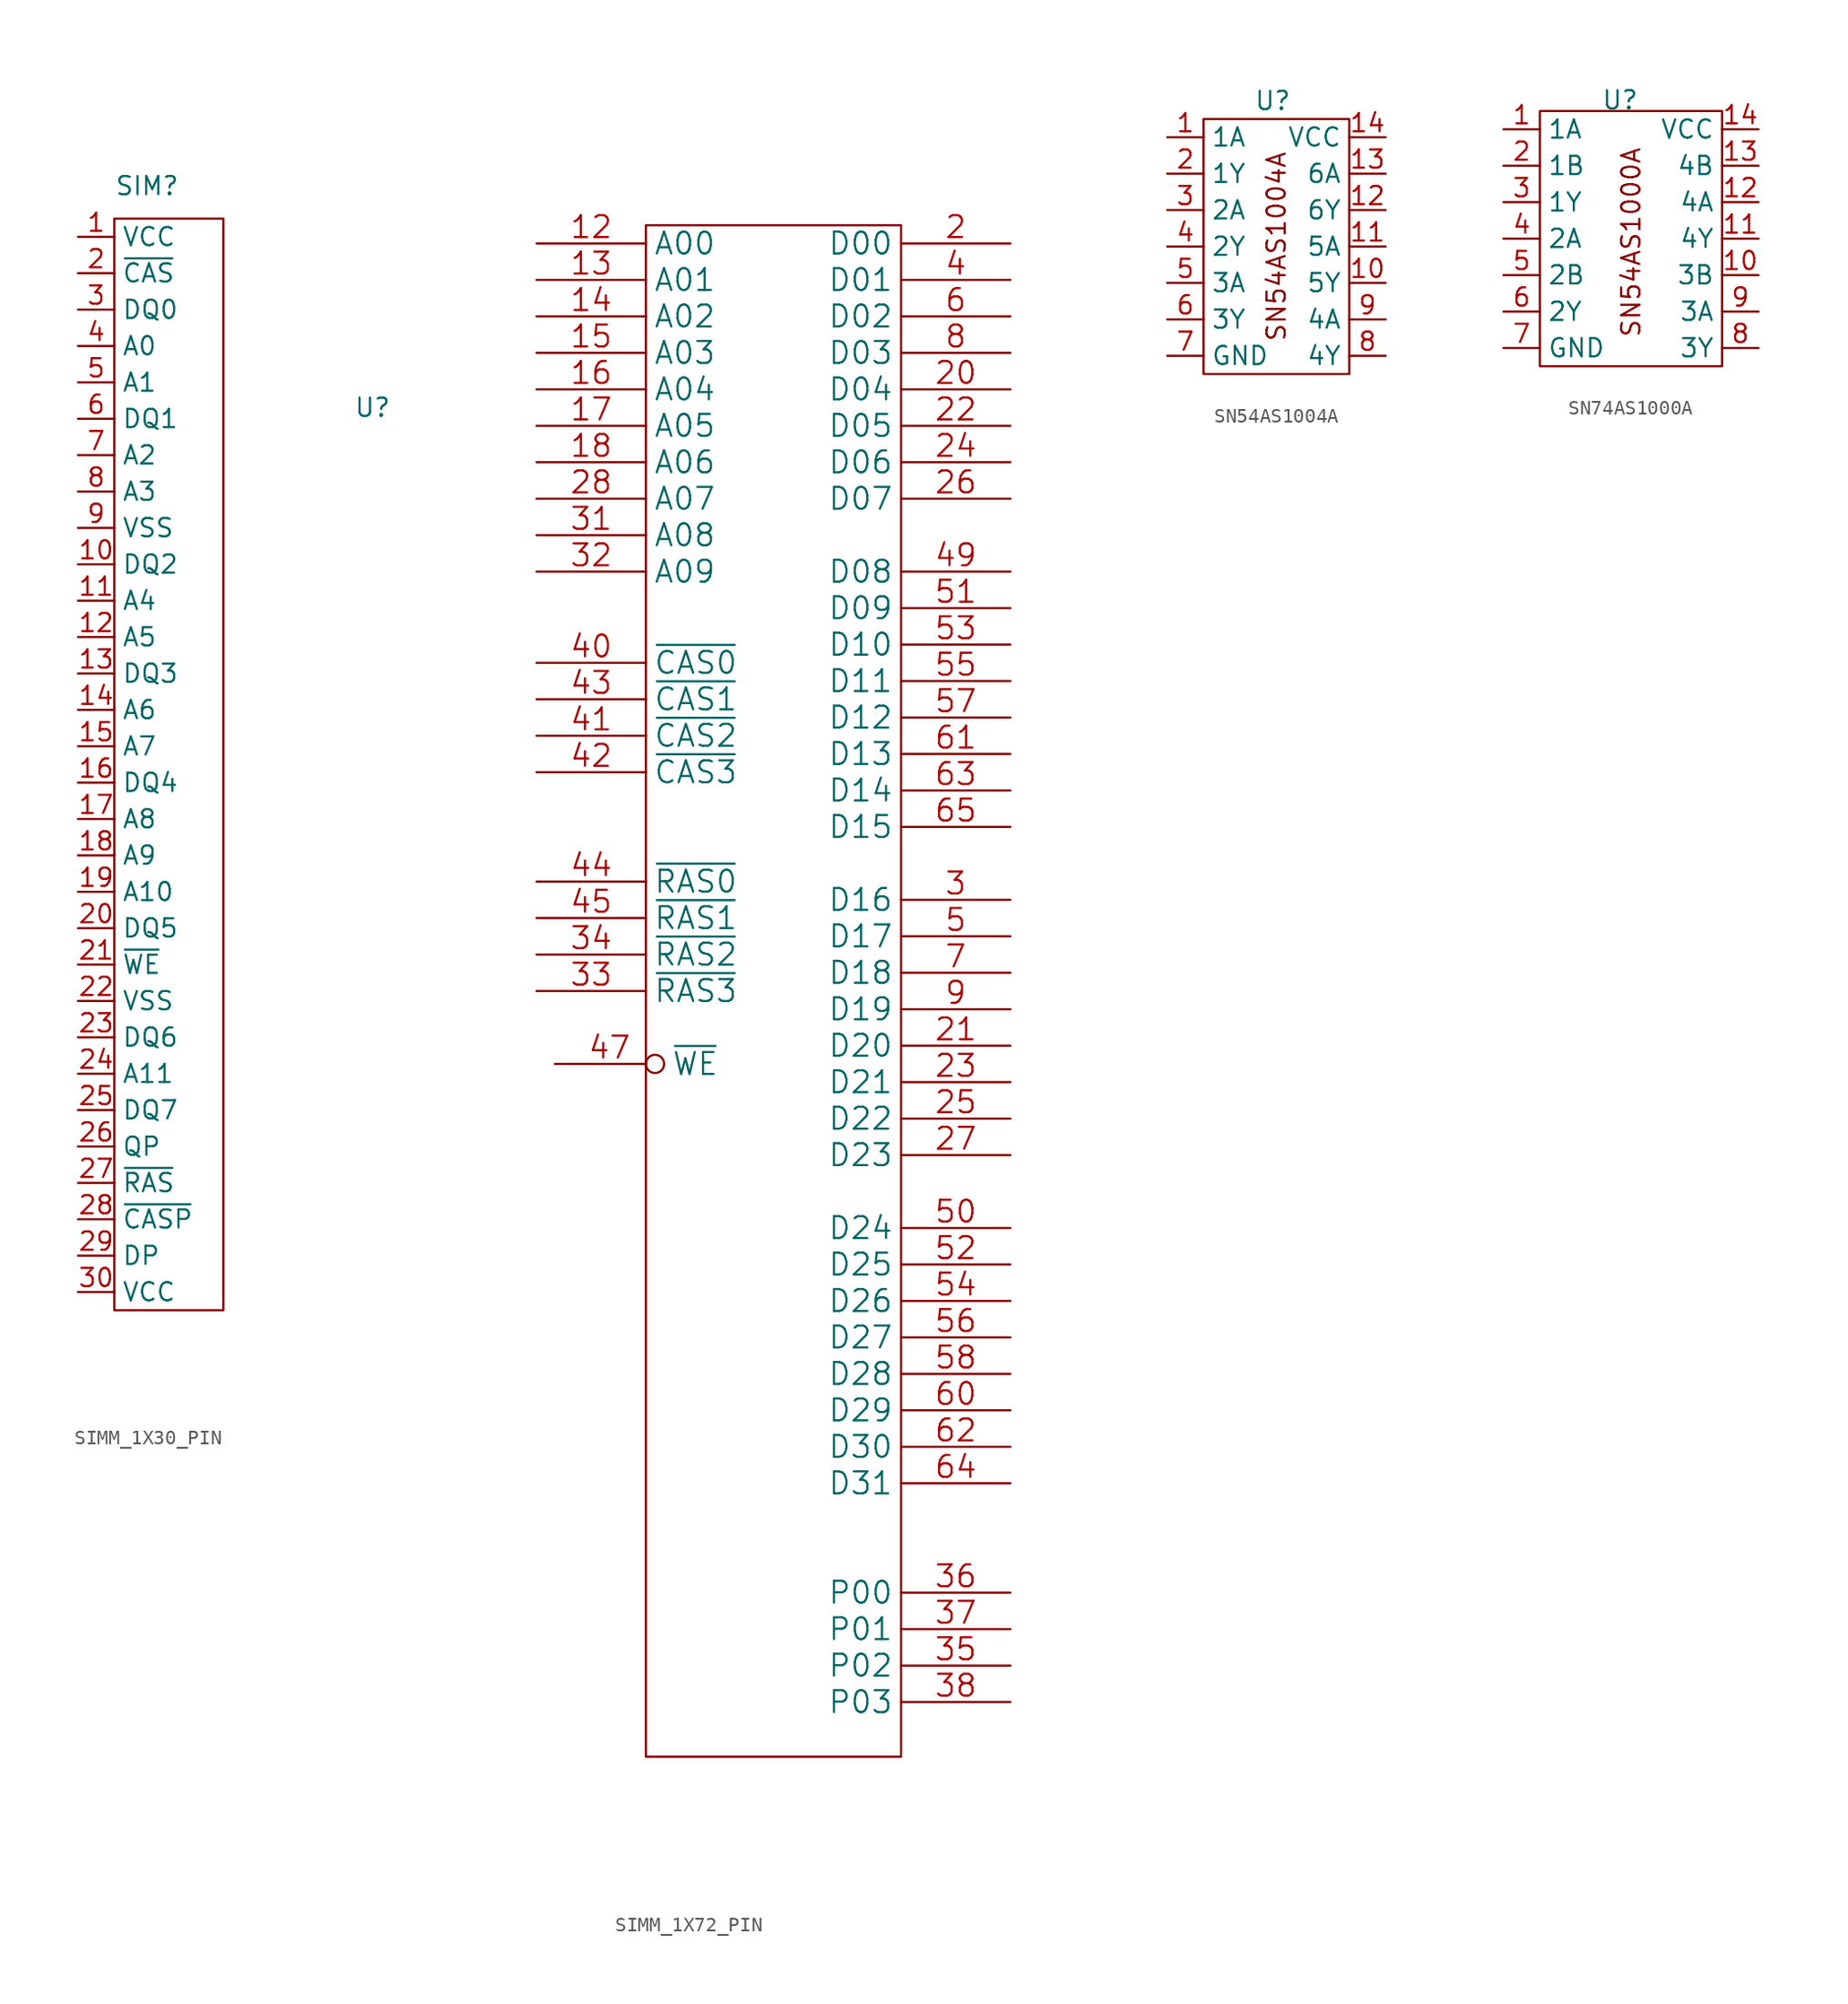
<source format=kicad_sym>
(kicad_symbol_lib
  (version 20231120)
  (generator "kicad_symbol_editor")
  (generator_version "8.0")
  (symbol "SIMM_1X30_PIN"
    (property "Reference" "SIM"
      (at 4.826 3.556 0)
      (effects (font (size 1.27 1.27))))
    (property "Value" ""
      (at 0 0 0)
      (effects (font (size 1.27 1.27))))
    (symbol "SIMM_1X30_PIN_0_0"
      (pin power_in line (at 0 0 0) (length 2.54) (name "VCC" (effects (font (size 1.27 1.27)))) (number "1" (effects (font (size 1.27 1.27)))))
      (pin input line (at 0 -25.4 0) (length 2.54) (name "A4" (effects (font (size 1.27 1.27)))) (number "11" (effects (font (size 1.27 1.27)))))
      (pin input line (at 0 -27.94 0) (length 2.54) (name "A5" (effects (font (size 1.27 1.27)))) (number "12" (effects (font (size 1.27 1.27)))))
      (pin input line (at 0 -33.02 0) (length 2.54) (name "A6" (effects (font (size 1.27 1.27)))) (number "14" (effects (font (size 1.27 1.27)))))
      (pin input line (at 0 -35.56 0) (length 2.54) (name "A7" (effects (font (size 1.27 1.27)))) (number "15" (effects (font (size 1.27 1.27)))))
      (pin input line (at 0 -40.64 0) (length 2.54) (name "A8" (effects (font (size 1.27 1.27)))) (number "17" (effects (font (size 1.27 1.27)))))
      (pin input line (at 0 -43.18 0) (length 2.54) (name "A9" (effects (font (size 1.27 1.27)))) (number "18" (effects (font (size 1.27 1.27)))))
      (pin input line (at 0 -45.72 0) (length 2.54) (name "A10" (effects (font (size 1.27 1.27)))) (number "19" (effects (font (size 1.27 1.27)))))
      (pin input line (at 0 -2.54 0) (length 2.54) (name "~{CAS}" (effects (font (size 1.27 1.27)))) (number "2" (effects (font (size 1.27 1.27)))))
      (pin input line (at 0 -50.8 0) (length 2.54) (name "~{WE}" (effects (font (size 1.27 1.27)))) (number "21" (effects (font (size 1.27 1.27)))))
      (pin input line (at 0 -58.42 0) (length 2.54) (name "A11" (effects (font (size 1.27 1.27)))) (number "24" (effects (font (size 1.27 1.27)))))
      (pin input line (at 0 -66.04 0) (length 2.54) (name "~{RAS}" (effects (font (size 1.27 1.27)))) (number "27" (effects (font (size 1.27 1.27)))))
      (pin input line (at 0 -68.58 0) (length 2.54) (name "~{CASP}" (effects (font (size 1.27 1.27)))) (number "28" (effects (font (size 1.27 1.27)))))
      (pin input line (at 0 -71.12 0) (length 2.54) (name "DP" (effects (font (size 1.27 1.27)))) (number "29" (effects (font (size 1.27 1.27)))))
      (pin bidirectional line (at 0 -5.08 0) (length 2.54) (name "DQ0" (effects (font (size 1.27 1.27)))) (number "3" (effects (font (size 1.27 1.27)))))
      (pin power_in line (at 0 -73.66 0) (length 2.54) (name "VCC" (effects (font (size 1.27 1.27)))) (number "30" (effects (font (size 1.27 1.27)))))
      (pin input line (at 0 -7.62 0) (length 2.54) (name "A0" (effects (font (size 1.27 1.27)))) (number "4" (effects (font (size 1.27 1.27)))))
      (pin input line (at 0 -10.16 0) (length 2.54) (name "A1" (effects (font (size 1.27 1.27)))) (number "5" (effects (font (size 1.27 1.27)))))
      (pin input line (at 0 -15.24 0) (length 2.54) (name "A2" (effects (font (size 1.27 1.27)))) (number "7" (effects (font (size 1.27 1.27)))))
      (pin input line (at 0 -17.78 0) (length 2.54) (name "A3" (effects (font (size 1.27 1.27)))) (number "8" (effects (font (size 1.27 1.27)))))
      (pin input line (at 0 -20.32 0) (length 2.54) (name "VSS" (effects (font (size 1.27 1.27)))) (number "9" (effects (font (size 1.27 1.27))))))
    (symbol "SIMM_1X30_PIN_0_1"
      (rectangle (start 2.54 1.27) (end 10.16 -74.93) (stroke (width 0) (type default)) (fill (type none))))
    (symbol "SIMM_1X30_PIN_1_0"
      (pin bidirectional line (at 0 -22.86 0) (length 2.54) (name "DQ2" (effects (font (size 1.27 1.27)))) (number "10" (effects (font (size 1.27 1.27)))))
      (pin bidirectional line (at 0 -30.48 0) (length 2.54) (name "DQ3" (effects (font (size 1.27 1.27)))) (number "13" (effects (font (size 1.27 1.27)))))
      (pin bidirectional line (at 0 -38.1 0) (length 2.54) (name "DQ4" (effects (font (size 1.27 1.27)))) (number "16" (effects (font (size 1.27 1.27)))))
      (pin bidirectional line (at 0 -48.26 0) (length 2.54) (name "DQ5" (effects (font (size 1.27 1.27)))) (number "20" (effects (font (size 1.27 1.27)))))
      (pin power_in line (at 0 -53.34 0) (length 2.54) (name "VSS" (effects (font (size 1.27 1.27)))) (number "22" (effects (font (size 1.27 1.27)))))
      (pin bidirectional line (at 0 -55.88 0) (length 2.54) (name "DQ6" (effects (font (size 1.27 1.27)))) (number "23" (effects (font (size 1.27 1.27)))))
      (pin bidirectional line (at 0 -60.96 0) (length 2.54) (name "DQ7" (effects (font (size 1.27 1.27)))) (number "25" (effects (font (size 1.27 1.27)))))
      (pin output line (at 0 -63.5 0) (length 2.54) (name "QP" (effects (font (size 1.27 1.27)))) (number "26" (effects (font (size 1.27 1.27)))))
      (pin bidirectional line (at 0 -12.7 0) (length 2.54) (name "DQ1" (effects (font (size 1.27 1.27)))) (number "6" (effects (font (size 1.27 1.27)))))))
  (symbol "SIMM_1X72_PIN"
    (property "Reference" "U"
      (at 0 0 0)
      (effects (font (size 1.27 1.27))))
    (property "Value" ""
      (at 0 0 0)
      (effects (font (size 1.27 1.27))))
    (symbol "SIMM_1X72_PIN_0_1"
      (rectangle (start 19.05 12.7) (end 36.83 -93.98) (stroke (width 0) (type solid)) (fill (type none))))
    (symbol "SIMM_1X72_PIN_1_0"
      (pin power_in line (at 19.05 -90.17 180) (length 0) hide (name "GND" (effects (font (size 1.524 1.524)))) (number "1" (effects (font (size 1.524 1.524)))))
      (pin power_in line (at 19.05 -67.31 180) (length 0) hide (name "VCC" (effects (font (size 1.524 1.524)))) (number "10" (effects (font (size 1.524 1.524)))))
      (pin power_in line (at 19.05 -71.12 180) (length 0) hide (name "VCC" (effects (font (size 1.524 1.524)))) (number "30" (effects (font (size 1.524 1.524)))))
      (pin power_in line (at 19.05 -86.36 180) (length 0) hide (name "GND" (effects (font (size 1.524 1.524)))) (number "39" (effects (font (size 1.524 1.524)))))
      (pin power_in line (at 19.05 -74.93 180) (length 0) hide (name "VCC" (effects (font (size 1.524 1.524)))) (number "59" (effects (font (size 1.524 1.524)))))
      (pin power_in line (at 19.05 -82.55 180) (length 0) hide (name "GND" (effects (font (size 1.524 1.524)))) (number "72" (effects (font (size 1.524 1.524))))))
    (symbol "SIMM_1X72_PIN_1_1"
      (pin input line (at 11.43 11.43 0) (length 7.62) (name "A00" (effects (font (size 1.524 1.524)))) (number "12" (effects (font (size 1.524 1.524)))))
      (pin input line (at 11.43 8.89 0) (length 7.62) (name "A01" (effects (font (size 1.524 1.524)))) (number "13" (effects (font (size 1.524 1.524)))))
      (pin input line (at 11.43 6.35 0) (length 7.62) (name "A02" (effects (font (size 1.524 1.524)))) (number "14" (effects (font (size 1.524 1.524)))))
      (pin input line (at 11.43 3.81 0) (length 7.62) (name "A03" (effects (font (size 1.524 1.524)))) (number "15" (effects (font (size 1.524 1.524)))))
      (pin input line (at 11.43 1.27 0) (length 7.62) (name "A04" (effects (font (size 1.524 1.524)))) (number "16" (effects (font (size 1.524 1.524)))))
      (pin input line (at 11.43 -1.27 0) (length 7.62) (name "A05" (effects (font (size 1.524 1.524)))) (number "17" (effects (font (size 1.524 1.524)))))
      (pin input line (at 11.43 -3.81 0) (length 7.62) (name "A06" (effects (font (size 1.524 1.524)))) (number "18" (effects (font (size 1.524 1.524)))))
      (pin bidirectional line (at 44.45 11.43 180) (length 7.62) (name "D00" (effects (font (size 1.524 1.524)))) (number "2" (effects (font (size 1.524 1.524)))))
      (pin bidirectional line (at 44.45 1.27 180) (length 7.62) (name "D04" (effects (font (size 1.524 1.524)))) (number "20" (effects (font (size 1.524 1.524)))))
      (pin bidirectional line (at 44.45 -44.45 180) (length 7.62) (name "D20" (effects (font (size 1.524 1.524)))) (number "21" (effects (font (size 1.524 1.524)))))
      (pin bidirectional line (at 44.45 -1.27 180) (length 7.62) (name "D05" (effects (font (size 1.524 1.524)))) (number "22" (effects (font (size 1.524 1.524)))))
      (pin bidirectional line (at 44.45 -46.99 180) (length 7.62) (name "D21" (effects (font (size 1.524 1.524)))) (number "23" (effects (font (size 1.524 1.524)))))
      (pin bidirectional line (at 44.45 -3.81 180) (length 7.62) (name "D06" (effects (font (size 1.524 1.524)))) (number "24" (effects (font (size 1.524 1.524)))))
      (pin bidirectional line (at 44.45 -49.53 180) (length 7.62) (name "D22" (effects (font (size 1.524 1.524)))) (number "25" (effects (font (size 1.524 1.524)))))
      (pin bidirectional line (at 44.45 -6.35 180) (length 7.62) (name "D07" (effects (font (size 1.524 1.524)))) (number "26" (effects (font (size 1.524 1.524)))))
      (pin bidirectional line (at 44.45 -52.07 180) (length 7.62) (name "D23" (effects (font (size 1.524 1.524)))) (number "27" (effects (font (size 1.524 1.524)))))
      (pin input line (at 11.43 -6.35 0) (length 7.62) (name "A07" (effects (font (size 1.524 1.524)))) (number "28" (effects (font (size 1.524 1.524)))))
      (pin bidirectional line (at 44.45 -34.29 180) (length 7.62) (name "D16" (effects (font (size 1.524 1.524)))) (number "3" (effects (font (size 1.524 1.524)))))
      (pin input line (at 11.43 -8.89 0) (length 7.62) (name "A08" (effects (font (size 1.524 1.524)))) (number "31" (effects (font (size 1.524 1.524)))))
      (pin input line (at 11.43 -11.43 0) (length 7.62) (name "A09" (effects (font (size 1.524 1.524)))) (number "32" (effects (font (size 1.524 1.524)))))
      (pin input line (at 11.43 -40.64 0) (length 7.62) (name "~{RAS3}" (effects (font (size 1.524 1.524)))) (number "33" (effects (font (size 1.524 1.524)))))
      (pin input line (at 11.43 -38.1 0) (length 7.62) (name "~{RAS2}" (effects (font (size 1.524 1.524)))) (number "34" (effects (font (size 1.524 1.524)))))
      (pin bidirectional line (at 44.45 -87.63 180) (length 7.62) (name "P02" (effects (font (size 1.524 1.524)))) (number "35" (effects (font (size 1.524 1.524)))))
      (pin bidirectional line (at 44.45 -82.55 180) (length 7.62) (name "P00" (effects (font (size 1.524 1.524)))) (number "36" (effects (font (size 1.524 1.524)))))
      (pin bidirectional line (at 44.45 -85.09 180) (length 7.62) (name "P01" (effects (font (size 1.524 1.524)))) (number "37" (effects (font (size 1.524 1.524)))))
      (pin bidirectional line (at 44.45 -90.17 180) (length 7.62) (name "P03" (effects (font (size 1.524 1.524)))) (number "38" (effects (font (size 1.524 1.524)))))
      (pin bidirectional line (at 44.45 8.89 180) (length 7.62) (name "D01" (effects (font (size 1.524 1.524)))) (number "4" (effects (font (size 1.524 1.524)))))
      (pin input line (at 11.43 -17.78 0) (length 7.62) (name "~{CAS0}" (effects (font (size 1.524 1.524)))) (number "40" (effects (font (size 1.524 1.524)))))
      (pin input line (at 11.43 -22.86 0) (length 7.62) (name "~{CAS2}" (effects (font (size 1.524 1.524)))) (number "41" (effects (font (size 1.524 1.524)))))
      (pin input line (at 11.43 -25.4 0) (length 7.62) (name "~{CAS3}" (effects (font (size 1.524 1.524)))) (number "42" (effects (font (size 1.524 1.524)))))
      (pin input line (at 11.43 -20.32 0) (length 7.62) (name "~{CAS1}" (effects (font (size 1.524 1.524)))) (number "43" (effects (font (size 1.524 1.524)))))
      (pin input line (at 11.43 -33.02 0) (length 7.62) (name "~{RAS0}" (effects (font (size 1.524 1.524)))) (number "44" (effects (font (size 1.524 1.524)))))
      (pin input line (at 11.43 -35.56 0) (length 7.62) (name "~{RAS1}" (effects (font (size 1.524 1.524)))) (number "45" (effects (font (size 1.524 1.524)))))
      (pin input inverted (at 12.7 -45.72 0) (length 7.62) (name "~{WE}" (effects (font (size 1.524 1.524)))) (number "47" (effects (font (size 1.524 1.524)))))
      (pin bidirectional line (at 44.45 -11.43 180) (length 7.62) (name "D08" (effects (font (size 1.524 1.524)))) (number "49" (effects (font (size 1.524 1.524)))))
      (pin bidirectional line (at 44.45 -36.83 180) (length 7.62) (name "D17" (effects (font (size 1.524 1.524)))) (number "5" (effects (font (size 1.524 1.524)))))
      (pin bidirectional line (at 44.45 -57.15 180) (length 7.62) (name "D24" (effects (font (size 1.524 1.524)))) (number "50" (effects (font (size 1.524 1.524)))))
      (pin bidirectional line (at 44.45 -13.97 180) (length 7.62) (name "D09" (effects (font (size 1.524 1.524)))) (number "51" (effects (font (size 1.524 1.524)))))
      (pin bidirectional line (at 44.45 -59.69 180) (length 7.62) (name "D25" (effects (font (size 1.524 1.524)))) (number "52" (effects (font (size 1.524 1.524)))))
      (pin bidirectional line (at 44.45 -16.51 180) (length 7.62) (name "D10" (effects (font (size 1.524 1.524)))) (number "53" (effects (font (size 1.524 1.524)))))
      (pin bidirectional line (at 44.45 -62.23 180) (length 7.62) (name "D26" (effects (font (size 1.524 1.524)))) (number "54" (effects (font (size 1.524 1.524)))))
      (pin bidirectional line (at 44.45 -19.05 180) (length 7.62) (name "D11" (effects (font (size 1.524 1.524)))) (number "55" (effects (font (size 1.524 1.524)))))
      (pin bidirectional line (at 44.45 -64.77 180) (length 7.62) (name "D27" (effects (font (size 1.524 1.524)))) (number "56" (effects (font (size 1.524 1.524)))))
      (pin bidirectional line (at 44.45 -21.59 180) (length 7.62) (name "D12" (effects (font (size 1.524 1.524)))) (number "57" (effects (font (size 1.524 1.524)))))
      (pin bidirectional line (at 44.45 -67.31 180) (length 7.62) (name "D28" (effects (font (size 1.524 1.524)))) (number "58" (effects (font (size 1.524 1.524)))))
      (pin bidirectional line (at 44.45 6.35 180) (length 7.62) (name "D02" (effects (font (size 1.524 1.524)))) (number "6" (effects (font (size 1.524 1.524)))))
      (pin bidirectional line (at 44.45 -69.85 180) (length 7.62) (name "D29" (effects (font (size 1.524 1.524)))) (number "60" (effects (font (size 1.524 1.524)))))
      (pin bidirectional line (at 44.45 -24.13 180) (length 7.62) (name "D13" (effects (font (size 1.524 1.524)))) (number "61" (effects (font (size 1.524 1.524)))))
      (pin bidirectional line (at 44.45 -72.39 180) (length 7.62) (name "D30" (effects (font (size 1.524 1.524)))) (number "62" (effects (font (size 1.524 1.524)))))
      (pin bidirectional line (at 44.45 -26.67 180) (length 7.62) (name "D14" (effects (font (size 1.524 1.524)))) (number "63" (effects (font (size 1.524 1.524)))))
      (pin bidirectional line (at 44.45 -74.93 180) (length 7.62) (name "D31" (effects (font (size 1.524 1.524)))) (number "64" (effects (font (size 1.524 1.524)))))
      (pin bidirectional line (at 44.45 -29.21 180) (length 7.62) (name "D15" (effects (font (size 1.524 1.524)))) (number "65" (effects (font (size 1.524 1.524)))))
      (pin bidirectional line (at 44.45 -39.37 180) (length 7.62) (name "D18" (effects (font (size 1.524 1.524)))) (number "7" (effects (font (size 1.524 1.524)))))
      (pin bidirectional line (at 44.45 3.81 180) (length 7.62) (name "D03" (effects (font (size 1.524 1.524)))) (number "8" (effects (font (size 1.524 1.524)))))
      (pin bidirectional line (at 44.45 -41.91 180) (length 7.62) (name "D19" (effects (font (size 1.524 1.524)))) (number "9" (effects (font (size 1.524 1.524)))))))
  (symbol "SN54AS1004A"
    (property "Reference" "U"
      (at 1.016 5.08 0)
      (effects (font (size 1.27 1.27))))
    (property "Value" ""
      (at 0 4.826 0)
      (effects (font (size 1.27 1.27))))
    (symbol "SN54AS1004A_0_1"
      (rectangle (start -3.81 3.81) (end 6.35 -13.97) (stroke (width 0) (type default)) (fill (type none))))
    (symbol "SN54AS1004A_1_1"
      (text "SN54AS1004A" (at 1.27 -5.08 900) (effects (font (size 1.27 1.27))))
      (pin input line (at -6.35 2.54 0) (length 2.54) (name "1A" (effects (font (size 1.27 1.27)))) (number "1" (effects (font (size 1.27 1.27)))))
      (pin output line (at 8.89 -7.62 180) (length 2.54) (name "5Y" (effects (font (size 1.27 1.27)))) (number "10" (effects (font (size 1.27 1.27)))))
      (pin input line (at 8.89 -5.08 180) (length 2.54) (name "5A" (effects (font (size 1.27 1.27)))) (number "11" (effects (font (size 1.27 1.27)))))
      (pin output line (at 8.89 -2.54 180) (length 2.54) (name "6Y" (effects (font (size 1.27 1.27)))) (number "12" (effects (font (size 1.27 1.27)))))
      (pin input line (at 8.89 0 180) (length 2.54) (name "6A" (effects (font (size 1.27 1.27)))) (number "13" (effects (font (size 1.27 1.27)))))
      (pin power_in line (at 8.89 2.54 180) (length 2.54) (name "VCC" (effects (font (size 1.27 1.27)))) (number "14" (effects (font (size 1.27 1.27)))))
      (pin output line (at -6.35 0 0) (length 2.54) (name "1Y" (effects (font (size 1.27 1.27)))) (number "2" (effects (font (size 1.27 1.27)))))
      (pin input line (at -6.35 -2.54 0) (length 2.54) (name "2A" (effects (font (size 1.27 1.27)))) (number "3" (effects (font (size 1.27 1.27)))))
      (pin output line (at -6.35 -5.08 0) (length 2.54) (name "2Y" (effects (font (size 1.27 1.27)))) (number "4" (effects (font (size 1.27 1.27)))))
      (pin input line (at -6.35 -7.62 0) (length 2.54) (name "3A" (effects (font (size 1.27 1.27)))) (number "5" (effects (font (size 1.27 1.27)))))
      (pin output line (at -6.35 -10.16 0) (length 2.54) (name "3Y" (effects (font (size 1.27 1.27)))) (number "6" (effects (font (size 1.27 1.27)))))
      (pin power_in line (at -6.35 -12.7 0) (length 2.54) (name "GND" (effects (font (size 1.27 1.27)))) (number "7" (effects (font (size 1.27 1.27)))))
      (pin output line (at 8.89 -12.7 180) (length 2.54) (name "4Y" (effects (font (size 1.27 1.27)))) (number "8" (effects (font (size 1.27 1.27)))))
      (pin input line (at 8.89 -10.16 180) (length 2.54) (name "4A" (effects (font (size 1.27 1.27)))) (number "9" (effects (font (size 1.27 1.27)))))))
  (symbol "SN74AS1000A"
    (property "Reference" "U"
      (at 3.048 7.112 0)
      (effects (font (size 1.27 1.27))))
    (property "Value" ""
      (at 0 0 0)
      (effects (font (size 1.27 1.27))))
    (symbol "SN74AS1000A_0_1"
      (rectangle (start -2.54 6.35) (end 10.16 -11.43) (stroke (width 0) (type default)) (fill (type none))))
    (symbol "SN74AS1000A_1_0"
      (pin power_in line (at 12.7 5.08 180) (length 2.54) (name "VCC" (effects (font (size 1.27 1.27)))) (number "14" (effects (font (size 1.27 1.27))))))
    (symbol "SN74AS1000A_1_1"
      (text "SN54AS1000A" (at 3.81 -2.794 900) (effects (font (size 1.27 1.27))))
      (pin input line (at -5.08 5.08 0) (length 2.54) (name "1A" (effects (font (size 1.27 1.27)))) (number "1" (effects (font (size 1.27 1.27)))))
      (pin input line (at 12.7 -5.08 180) (length 2.54) (name "3B" (effects (font (size 1.27 1.27)))) (number "10" (effects (font (size 1.27 1.27)))))
      (pin output line (at 12.7 -2.54 180) (length 2.54) (name "4Y" (effects (font (size 1.27 1.27)))) (number "11" (effects (font (size 1.27 1.27)))))
      (pin input line (at 12.7 0 180) (length 2.54) (name "4A" (effects (font (size 1.27 1.27)))) (number "12" (effects (font (size 1.27 1.27)))))
      (pin input line (at 12.7 2.54 180) (length 2.54) (name "4B" (effects (font (size 1.27 1.27)))) (number "13" (effects (font (size 1.27 1.27)))))
      (pin input line (at -5.08 2.54 0) (length 2.54) (name "1B" (effects (font (size 1.27 1.27)))) (number "2" (effects (font (size 1.27 1.27)))))
      (pin output line (at -5.08 0 0) (length 2.54) (name "1Y" (effects (font (size 1.27 1.27)))) (number "3" (effects (font (size 1.27 1.27)))))
      (pin input line (at -5.08 -2.54 0) (length 2.54) (name "2A" (effects (font (size 1.27 1.27)))) (number "4" (effects (font (size 1.27 1.27)))))
      (pin input line (at -5.08 -5.08 0) (length 2.54) (name "2B" (effects (font (size 1.27 1.27)))) (number "5" (effects (font (size 1.27 1.27)))))
      (pin output line (at -5.08 -7.62 0) (length 2.54) (name "2Y" (effects (font (size 1.27 1.27)))) (number "6" (effects (font (size 1.27 1.27)))))
      (pin input line (at -5.08 -10.16 0) (length 2.54) (name "GND" (effects (font (size 1.27 1.27)))) (number "7" (effects (font (size 1.27 1.27)))))
      (pin output line (at 12.7 -10.16 180) (length 2.54) (name "3Y" (effects (font (size 1.27 1.27)))) (number "8" (effects (font (size 1.27 1.27)))))
      (pin input line (at 12.7 -7.62 180) (length 2.54) (name "3A" (effects (font (size 1.27 1.27)))) (number "9" (effects (font (size 1.27 1.27))))))))
</source>
